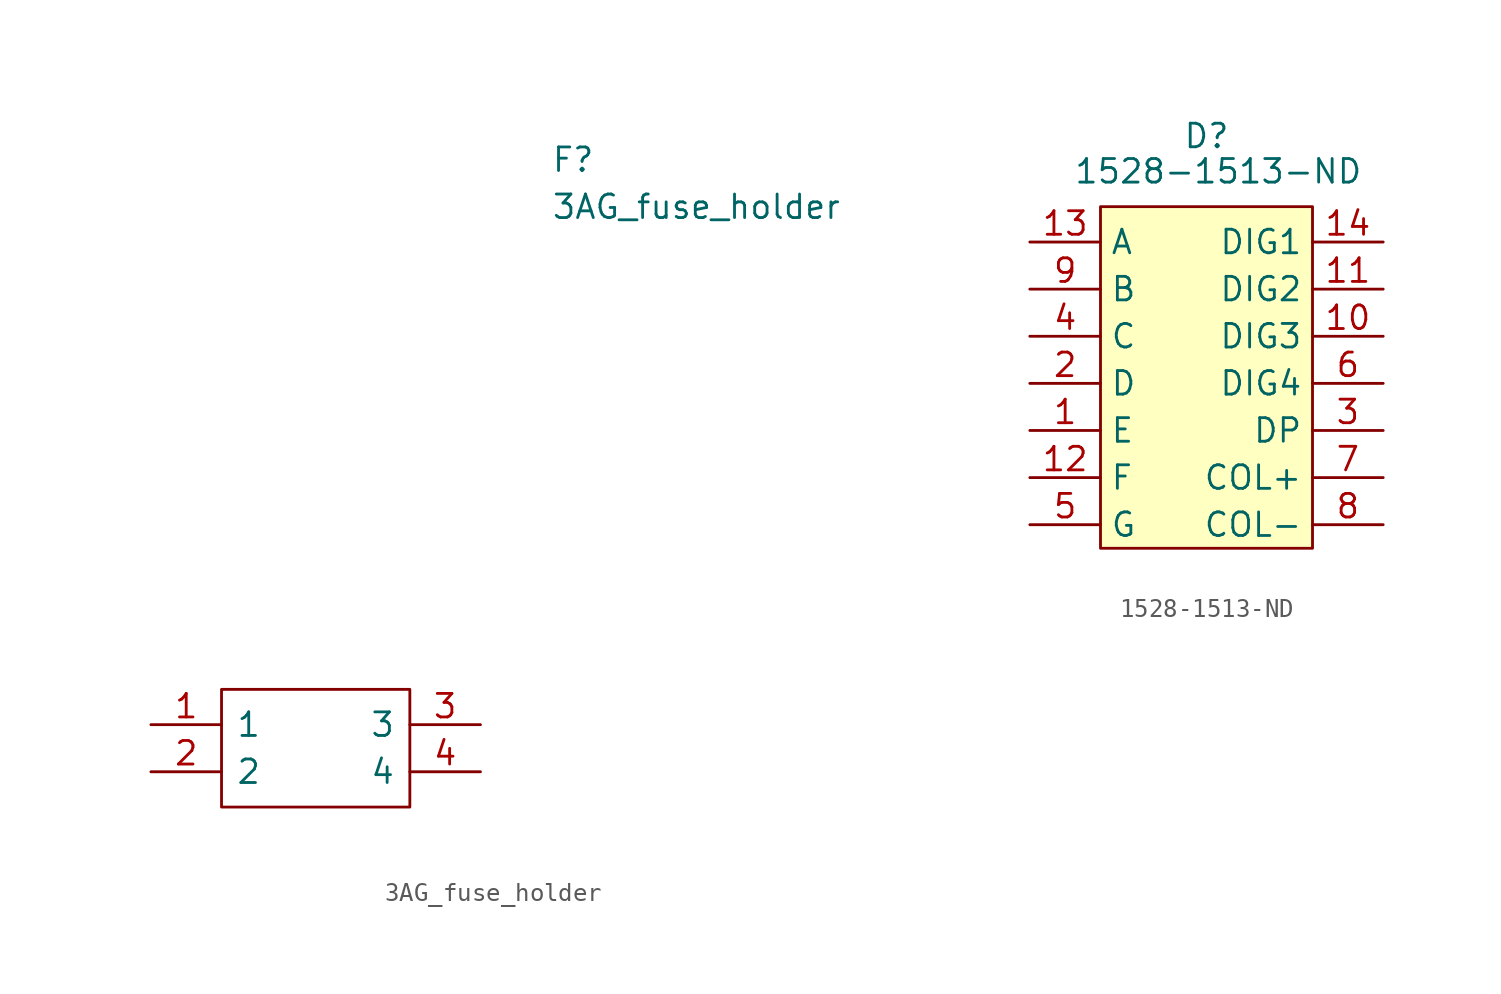
<source format=kicad_sym>
(kicad_symbol_lib
  (version 20211014)
  (generator kicad_symbol_editor)
  (symbol "3AG_fuse_holder"
    (pin_names
      (offset 0.762))
    (property "Reference" "F"
      (at 22.86 30.48 0)
      (effects (font (size 1.27 1.27)) (justify left)))
    (property "Value" "3AG_fuse_holder"
      (at 22.86 27.94 0)
      (effects (font (size 1.27 1.27)) (justify left)))
    (symbol "3AG_fuse_holder_0_0"
      (pin passive line (at 1.27 0 0) (length 3.81) (name "1" (effects (font (size 1.27 1.27)))) (number "1" (effects (font (size 1.27 1.27)))))
      (pin passive line (at 1.27 -2.54 0) (length 3.81) (name "2" (effects (font (size 1.27 1.27)))) (number "2" (effects (font (size 1.27 1.27)))))
      (pin passive line (at 19.05 0 180) (length 3.81) (name "3" (effects (font (size 1.27 1.27)))) (number "3" (effects (font (size 1.27 1.27)))))
      (pin passive line (at 19.05 -2.54 180) (length 3.81) (name "4" (effects (font (size 1.27 1.27)))) (number "4" (effects (font (size 1.27 1.27))))))
    (symbol "3AG_fuse_holder_0_1"
      (polyline (pts (xy 5.08 1.905) (xy 15.24 1.905) (xy 15.24 -4.445) (xy 5.08 -4.445) (xy 5.08 1.905)) (stroke (width 0.152) (type default) (color 0 0 0 0)) (fill (type none)))))
  (symbol "1528-1513-ND"
    (property "Reference" "D"
      (at 0 13.335 0)
      (effects (font (size 1.27 1.27))))
    (property "Value" "1528-1513-ND"
      (at 0.635 11.43 0)
      (effects (font (size 1.27 1.27))))
    (symbol "1528-1513-ND_0_1"
      (rectangle (start -5.715 9.525) (end 5.715 -8.89) (stroke (width 0) (type default) (color 0 0 0 0)) (fill (type background))))
    (symbol "1528-1513-ND_1_1"
      (pin input line (at -9.525 -2.54 0) (length 3.81) (name "E" (effects (font (size 1.27 1.27)))) (number "1" (effects (font (size 1.27 1.27)))))
      (pin input line (at 9.525 2.54 180) (length 3.81) (name "DIG3" (effects (font (size 1.27 1.27)))) (number "10" (effects (font (size 1.27 1.27)))))
      (pin input line (at 9.525 5.08 180) (length 3.81) (name "DIG2" (effects (font (size 1.27 1.27)))) (number "11" (effects (font (size 1.27 1.27)))))
      (pin input line (at -9.525 -5.08 0) (length 3.81) (name "F" (effects (font (size 1.27 1.27)))) (number "12" (effects (font (size 1.27 1.27)))))
      (pin input line (at -9.525 7.62 0) (length 3.81) (name "A" (effects (font (size 1.27 1.27)))) (number "13" (effects (font (size 1.27 1.27)))))
      (pin input line (at 9.525 7.62 180) (length 3.81) (name "DIG1" (effects (font (size 1.27 1.27)))) (number "14" (effects (font (size 1.27 1.27)))))
      (pin input line (at -9.525 0 0) (length 3.81) (name "D" (effects (font (size 1.27 1.27)))) (number "2" (effects (font (size 1.27 1.27)))))
      (pin input line (at 9.525 -2.54 180) (length 3.81) (name "DP" (effects (font (size 1.27 1.27)))) (number "3" (effects (font (size 1.27 1.27)))))
      (pin input line (at -9.525 2.54 0) (length 3.81) (name "C" (effects (font (size 1.27 1.27)))) (number "4" (effects (font (size 1.27 1.27)))))
      (pin input line (at -9.525 -7.62 0) (length 3.81) (name "G" (effects (font (size 1.27 1.27)))) (number "5" (effects (font (size 1.27 1.27)))))
      (pin input line (at 9.525 0 180) (length 3.81) (name "DIG4" (effects (font (size 1.27 1.27)))) (number "6" (effects (font (size 1.27 1.27)))))
      (pin input line (at 9.525 -5.08 180) (length 3.81) (name "COL+" (effects (font (size 1.27 1.27)))) (number "7" (effects (font (size 1.27 1.27)))))
      (pin power_in line (at 9.525 -7.62 180) (length 3.81) (name "COL-" (effects (font (size 1.27 1.27)))) (number "8" (effects (font (size 1.27 1.27)))))
      (pin input line (at -9.525 5.08 0) (length 3.81) (name "B" (effects (font (size 1.27 1.27)))) (number "9" (effects (font (size 1.27 1.27))))))))
</source>
